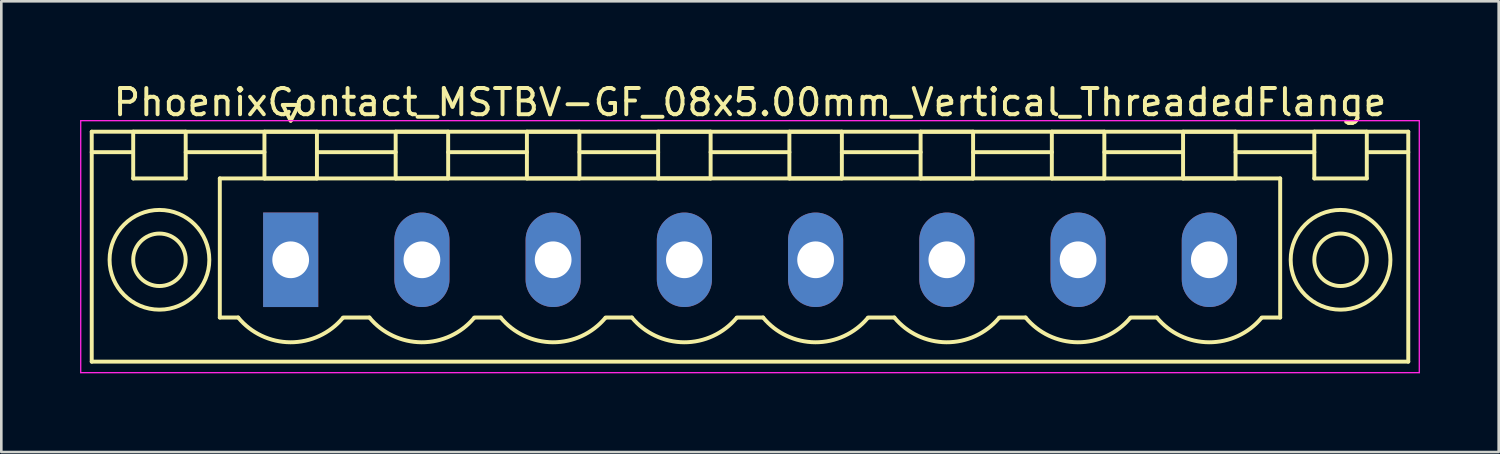
<source format=kicad_pcb>
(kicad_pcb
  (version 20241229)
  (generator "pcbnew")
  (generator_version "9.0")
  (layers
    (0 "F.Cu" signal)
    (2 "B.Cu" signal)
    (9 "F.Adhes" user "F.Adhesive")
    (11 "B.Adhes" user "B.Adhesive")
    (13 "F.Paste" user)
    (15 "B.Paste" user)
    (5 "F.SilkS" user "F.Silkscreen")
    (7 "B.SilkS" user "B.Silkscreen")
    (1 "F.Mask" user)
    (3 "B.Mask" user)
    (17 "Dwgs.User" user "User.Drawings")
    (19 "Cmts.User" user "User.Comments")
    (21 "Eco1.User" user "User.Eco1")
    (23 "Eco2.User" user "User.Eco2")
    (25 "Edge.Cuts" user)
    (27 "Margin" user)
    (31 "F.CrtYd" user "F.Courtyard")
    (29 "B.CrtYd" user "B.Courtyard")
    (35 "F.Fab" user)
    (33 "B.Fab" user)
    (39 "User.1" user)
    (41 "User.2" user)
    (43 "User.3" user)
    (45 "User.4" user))
  (footprint "PhoenixContact_MSTBV-GF_08x5.00mm_Vertical_ThreadedFlange"
    (layer "F.Cu")
    (at 8.025 6.848)
    (property "Reference" "PhoenixContact_MSTBV-GF_08x5.00mm_Vertical_ThreadedFlange" (at 17.5 -6 0) (layer "F.SilkS") (effects (font (size 1 1) (thickness 0.15))))
    (attr through_hole)
    (fp_line (start -7.58 -4.88) (end -7.58 3.88) (stroke (width 0.15) (type solid)) (layer "F.SilkS"))
    (fp_line (start -7.58 -4.1) (end -6.08 -4.1) (stroke (width 0.15) (type solid)) (layer "F.SilkS"))
    (fp_line (start -7.58 3.88) (end 42.58 3.88) (stroke (width 0.15) (type solid)) (layer "F.SilkS"))
    (fp_line (start -6 -4.88) (end -4 -4.88) (stroke (width 0.15) (type solid)) (layer "F.SilkS"))
    (fp_line (start -6 -3.1) (end -6 -4.88) (stroke (width 0.15) (type solid)) (layer "F.SilkS"))
    (fp_line (start -4 -4.88) (end -4 -3.1) (stroke (width 0.15) (type solid)) (layer "F.SilkS"))
    (fp_line (start -4 -4.1) (end -1 -4.1) (stroke (width 0.15) (type solid)) (layer "F.SilkS"))
    (fp_line (start -4 -3.1) (end -6 -3.1) (stroke (width 0.15) (type solid)) (layer "F.SilkS"))
    (fp_line (start -2.7 -3.1) (end 37.7 -3.1) (stroke (width 0.15) (type solid)) (layer "F.SilkS"))
    (fp_line (start -2.7 2.2) (end -2.7 -3.1) (stroke (width 0.15) (type solid)) (layer "F.SilkS"))
    (fp_line (start -2 2.2) (end -2.7 2.2) (stroke (width 0.15) (type solid)) (layer "F.SilkS"))
    (fp_line (start -1 -4.88) (end 1 -4.88) (stroke (width 0.15) (type solid)) (layer "F.SilkS"))
    (fp_line (start -1 -3.1) (end -1 -4.88) (stroke (width 0.15) (type solid)) (layer "F.SilkS"))
    (fp_line (start -0.3 -5.9) (end 0 -5.3) (stroke (width 0.15) (type solid)) (layer "F.SilkS"))
    (fp_line (start 0 -5.3) (end 0.3 -5.9) (stroke (width 0.15) (type solid)) (layer "F.SilkS"))
    (fp_line (start 0.3 -5.9) (end -0.3 -5.9) (stroke (width 0.15) (type solid)) (layer "F.SilkS"))
    (fp_line (start 1 -4.88) (end 1 -3.1) (stroke (width 0.15) (type solid)) (layer "F.SilkS"))
    (fp_line (start 1 -4.1) (end 4 -4.1) (stroke (width 0.15) (type solid)) (layer "F.SilkS"))
    (fp_line (start 1 -3.1) (end -1 -3.1) (stroke (width 0.15) (type solid)) (layer "F.SilkS"))
    (fp_line (start 2 2.2) (end 3 2.2) (stroke (width 0.15) (type solid)) (layer "F.SilkS"))
    (fp_line (start 4 -4.88) (end 6 -4.88) (stroke (width 0.15) (type solid)) (layer "F.SilkS"))
    (fp_line (start 4 -3.1) (end 4 -4.88) (stroke (width 0.15) (type solid)) (layer "F.SilkS"))
    (fp_line (start 6 -4.88) (end 6 -3.1) (stroke (width 0.15) (type solid)) (layer "F.SilkS"))
    (fp_line (start 6 -4.1) (end 9 -4.1) (stroke (width 0.15) (type solid)) (layer "F.SilkS"))
    (fp_line (start 6 -3.1) (end 4 -3.1) (stroke (width 0.15) (type solid)) (layer "F.SilkS"))
    (fp_line (start 7 2.2) (end 8 2.2) (stroke (width 0.15) (type solid)) (layer "F.SilkS"))
    (fp_line (start 9 -4.88) (end 11 -4.88) (stroke (width 0.15) (type solid)) (layer "F.SilkS"))
    (fp_line (start 9 -3.1) (end 9 -4.88) (stroke (width 0.15) (type solid)) (layer "F.SilkS"))
    (fp_line (start 11 -4.88) (end 11 -3.1) (stroke (width 0.15) (type solid)) (layer "F.SilkS"))
    (fp_line (start 11 -4.1) (end 14 -4.1) (stroke (width 0.15) (type solid)) (layer "F.SilkS"))
    (fp_line (start 11 -3.1) (end 9 -3.1) (stroke (width 0.15) (type solid)) (layer "F.SilkS"))
    (fp_line (start 12 2.2) (end 13 2.2) (stroke (width 0.15) (type solid)) (layer "F.SilkS"))
    (fp_line (start 14 -4.88) (end 16 -4.88) (stroke (width 0.15) (type solid)) (layer "F.SilkS"))
    (fp_line (start 14 -3.1) (end 14 -4.88) (stroke (width 0.15) (type solid)) (layer "F.SilkS"))
    (fp_line (start 16 -4.88) (end 16 -3.1) (stroke (width 0.15) (type solid)) (layer "F.SilkS"))
    (fp_line (start 16 -4.1) (end 19 -4.1) (stroke (width 0.15) (type solid)) (layer "F.SilkS"))
    (fp_line (start 16 -3.1) (end 14 -3.1) (stroke (width 0.15) (type solid)) (layer "F.SilkS"))
    (fp_line (start 17 2.2) (end 18 2.2) (stroke (width 0.15) (type solid)) (layer "F.SilkS"))
    (fp_line (start 19 -4.88) (end 21 -4.88) (stroke (width 0.15) (type solid)) (layer "F.SilkS"))
    (fp_line (start 19 -3.1) (end 19 -4.88) (stroke (width 0.15) (type solid)) (layer "F.SilkS"))
    (fp_line (start 21 -4.88) (end 21 -3.1) (stroke (width 0.15) (type solid)) (layer "F.SilkS"))
    (fp_line (start 21 -4.1) (end 24 -4.1) (stroke (width 0.15) (type solid)) (layer "F.SilkS"))
    (fp_line (start 21 -3.1) (end 19 -3.1) (stroke (width 0.15) (type solid)) (layer "F.SilkS"))
    (fp_line (start 22 2.2) (end 23 2.2) (stroke (width 0.15) (type solid)) (layer "F.SilkS"))
    (fp_line (start 24 -4.88) (end 26 -4.88) (stroke (width 0.15) (type solid)) (layer "F.SilkS"))
    (fp_line (start 24 -3.1) (end 24 -4.88) (stroke (width 0.15) (type solid)) (layer "F.SilkS"))
    (fp_line (start 26 -4.88) (end 26 -3.1) (stroke (width 0.15) (type solid)) (layer "F.SilkS"))
    (fp_line (start 26 -4.1) (end 29 -4.1) (stroke (width 0.15) (type solid)) (layer "F.SilkS"))
    (fp_line (start 26 -3.1) (end 24 -3.1) (stroke (width 0.15) (type solid)) (layer "F.SilkS"))
    (fp_line (start 27 2.2) (end 28 2.2) (stroke (width 0.15) (type solid)) (layer "F.SilkS"))
    (fp_line (start 29 -4.88) (end 31 -4.88) (stroke (width 0.15) (type solid)) (layer "F.SilkS"))
    (fp_line (start 29 -3.1) (end 29 -4.88) (stroke (width 0.15) (type solid)) (layer "F.SilkS"))
    (fp_line (start 31 -4.88) (end 31 -3.1) (stroke (width 0.15) (type solid)) (layer "F.SilkS"))
    (fp_line (start 31 -4.1) (end 34 -4.1) (stroke (width 0.15) (type solid)) (layer "F.SilkS"))
    (fp_line (start 31 -3.1) (end 29 -3.1) (stroke (width 0.15) (type solid)) (layer "F.SilkS"))
    (fp_line (start 32 2.2) (end 33 2.2) (stroke (width 0.15) (type solid)) (layer "F.SilkS"))
    (fp_line (start 34 -4.88) (end 36 -4.88) (stroke (width 0.15) (type solid)) (layer "F.SilkS"))
    (fp_line (start 34 -3.1) (end 34 -4.88) (stroke (width 0.15) (type solid)) (layer "F.SilkS"))
    (fp_line (start 36 -4.88) (end 36 -3.1) (stroke (width 0.15) (type solid)) (layer "F.SilkS"))
    (fp_line (start 36 -4.1) (end 39 -4.1) (stroke (width 0.15) (type solid)) (layer "F.SilkS"))
    (fp_line (start 36 -3.1) (end 34 -3.1) (stroke (width 0.15) (type solid)) (layer "F.SilkS"))
    (fp_line (start 37.7 -3.1) (end 37.7 2.2) (stroke (width 0.15) (type solid)) (layer "F.SilkS"))
    (fp_line (start 37.7 2.2) (end 37 2.2) (stroke (width 0.15) (type solid)) (layer "F.SilkS"))
    (fp_line (start 39 -4.88) (end 41 -4.88) (stroke (width 0.15) (type solid)) (layer "F.SilkS"))
    (fp_line (start 39 -3.1) (end 39 -4.88) (stroke (width 0.15) (type solid)) (layer "F.SilkS"))
    (fp_line (start 41 -4.88) (end 41 -3.1) (stroke (width 0.15) (type solid)) (layer "F.SilkS"))
    (fp_line (start 41 -3.1) (end 39 -3.1) (stroke (width 0.15) (type solid)) (layer "F.SilkS"))
    (fp_line (start 42.58 -4.88) (end -7.58 -4.88) (stroke (width 0.15) (type solid)) (layer "F.SilkS"))
    (fp_line (start 42.58 -4.1) (end 41.08 -4.1) (stroke (width 0.15) (type solid)) (layer "F.SilkS"))
    (fp_line (start 42.58 3.88) (end 42.58 -4.88) (stroke (width 0.15) (type solid)) (layer "F.SilkS"))
    (fp_arc (start 1.986842 2.215821) (mid -0.010289 3.142758) (end -2 2.2) (stroke (width 0.15) (type solid)) (layer "F.SilkS"))
    (fp_arc (start 6.986842 2.215821) (mid 4.989711 3.142758) (end 3 2.2) (stroke (width 0.15) (type solid)) (layer "F.SilkS"))
    (fp_arc (start 11.986842 2.215821) (mid 9.989711 3.142758) (end 8 2.2) (stroke (width 0.15) (type solid)) (layer "F.SilkS"))
    (fp_arc (start 16.986842 2.215821) (mid 14.989711 3.142758) (end 13 2.2) (stroke (width 0.15) (type solid)) (layer "F.SilkS"))
    (fp_arc (start 21.986842 2.215821) (mid 19.989711 3.142758) (end 18 2.2) (stroke (width 0.15) (type solid)) (layer "F.SilkS"))
    (fp_arc (start 26.986842 2.215821) (mid 24.989711 3.142758) (end 23 2.2) (stroke (width 0.15) (type solid)) (layer "F.SilkS"))
    (fp_arc (start 31.986842 2.215821) (mid 29.989711 3.142758) (end 28 2.2) (stroke (width 0.15) (type solid)) (layer "F.SilkS"))
    (fp_arc (start 36.986842 2.215821) (mid 34.989711 3.142758) (end 33 2.2) (stroke (width 0.15) (type solid)) (layer "F.SilkS"))
    (fp_circle (center -5 0) (end -4 0) (stroke (width 0.15) (type solid)) (fill no) (layer "F.SilkS"))
    (fp_circle (center -5 0) (end -3.1 0) (stroke (width 0.15) (type solid)) (fill no) (layer "F.SilkS"))
    (fp_circle (center 40 0) (end 41 0) (stroke (width 0.15) (type solid)) (fill no) (layer "F.SilkS"))
    (fp_circle (center 40 0) (end 41.9 0) (stroke (width 0.15) (type solid)) (fill no) (layer "F.SilkS"))
    (fp_line (start -8 -5.3) (end -8 4.3) (stroke (width 0.05) (type solid)) (layer "F.CrtYd"))
    (fp_line (start -8 4.3) (end 43 4.3) (stroke (width 0.05) (type solid)) (layer "F.CrtYd"))
    (fp_line (start 43 -5.3) (end -8 -5.3) (stroke (width 0.05) (type solid)) (layer "F.CrtYd"))
    (fp_line (start 43 4.3) (end 43 -5.3) (stroke (width 0.05) (type solid)) (layer "F.CrtYd"))
    (pad "1" thru_hole rect (at 0 0) (size 2.1 3.6) (drill 1.4) (layers "*.Cu" "*.Mask"))
    (pad "2" thru_hole oval (at 5 0) (size 2.1 3.6) (drill 1.4) (layers "*.Cu" "*.Mask"))
    (pad "3" thru_hole oval (at 10 0) (size 2.1 3.6) (drill 1.4) (layers "*.Cu" "*.Mask"))
    (pad "4" thru_hole oval (at 15 0) (size 2.1 3.6) (drill 1.4) (layers "*.Cu" "*.Mask"))
    (pad "5" thru_hole oval (at 20 0) (size 2.1 3.6) (drill 1.4) (layers "*.Cu" "*.Mask"))
    (pad "6" thru_hole oval (at 25 0) (size 2.1 3.6) (drill 1.4) (layers "*.Cu" "*.Mask"))
    (pad "7" thru_hole oval (at 30 0) (size 2.1 3.6) (drill 1.4) (layers "*.Cu" "*.Mask"))
    (pad "8" thru_hole oval (at 35 0) (size 2.1 3.6) (drill 1.4) (layers "*.Cu" "*.Mask")))
  (gr_rect
    (start -3 -3)
    (end 54.05 14.173)
    (stroke (width 0.1) (type default))
    (fill no)
    (layer "Edge.Cuts")))
</source>
